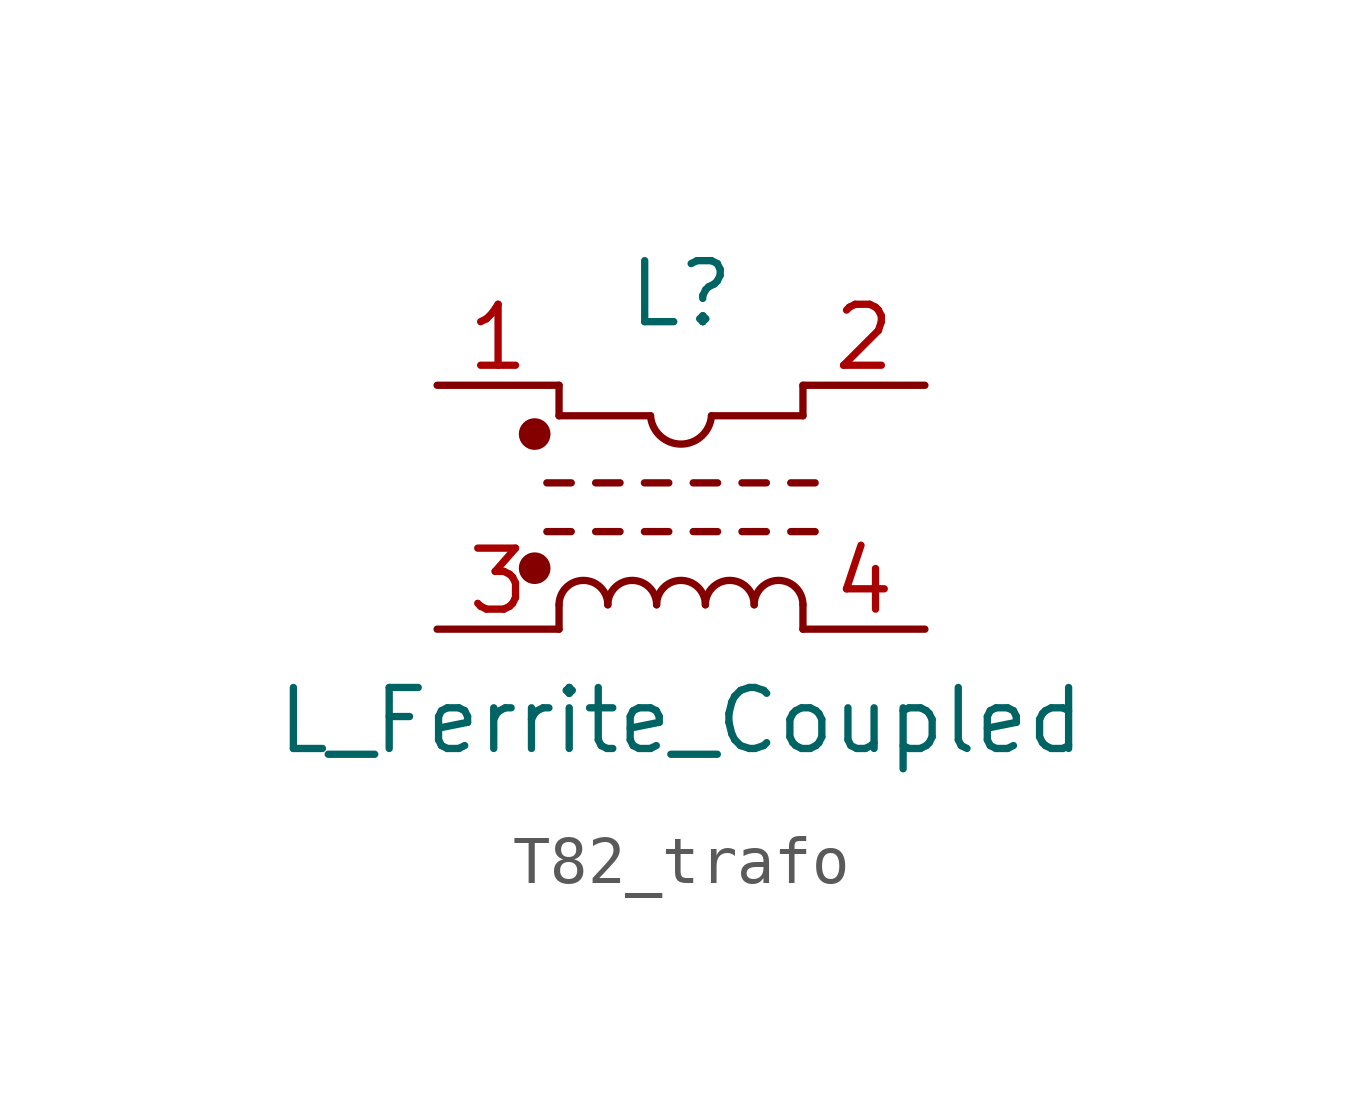
<source format=kicad_sym>
(kicad_symbol_lib
  (version 20220914)
  (generator kicad_symbol_editor)
  (symbol "T82_trafo"
    (pin_names
      (offset 0.254) hide)
    (property "Reference" "L"
      (at 0 4.445 0)
      (effects (font (size 1.27 1.27))))
    (property "Value" "L_Ferrite_Coupled"
      (at 0 -4.445 0)
      (effects (font (size 1.27 1.27))))
    (symbol "T82_trafo_0_1"
      (circle (center -3.048 -1.27) (radius 0.254) (stroke (width 0) (type default)) (fill (type outline)))
      (circle (center -3.048 1.524) (radius 0.254) (stroke (width 0) (type default)) (fill (type outline)))
      (arc (start -1.524 -2.032) (mid -2.032 -1.5262) (end -2.54 -2.032) (stroke (width 0) (type default)) (fill (type none)))
      (arc (start -0.635 1.905) (mid 0 1.3148) (end 0.635 1.905) (stroke (width 0) (type default)) (fill (type none)))
      (arc (start -0.508 -2.032) (mid -1.016 -1.5262) (end -1.524 -2.032) (stroke (width 0) (type default)) (fill (type none)))
      (polyline (pts (xy -2.794 -0.508) (xy -2.286 -0.508)) (stroke (width 0) (type default)) (fill (type none)))
      (polyline (pts (xy -2.794 0.508) (xy -2.286 0.508)) (stroke (width 0) (type default)) (fill (type none)))
      (polyline (pts (xy -2.54 -2.032) (xy -2.54 -2.54)) (stroke (width 0) (type default)) (fill (type none)))
      (polyline (pts (xy -2.54 1.905) (xy -2.54 2.54)) (stroke (width 0) (type default)) (fill (type none)))
      (polyline (pts (xy -2.54 1.905) (xy -0.635 1.905)) (stroke (width 0) (type default)) (fill (type none)))
      (polyline (pts (xy -1.778 -0.508) (xy -1.27 -0.508)) (stroke (width 0) (type default)) (fill (type none)))
      (polyline (pts (xy -1.778 0.508) (xy -1.27 0.508)) (stroke (width 0) (type default)) (fill (type none)))
      (polyline (pts (xy -0.762 -0.508) (xy -0.254 -0.508)) (stroke (width 0) (type default)) (fill (type none)))
      (polyline (pts (xy -0.762 0.508) (xy -0.254 0.508)) (stroke (width 0) (type default)) (fill (type none)))
      (polyline (pts (xy 0.254 -0.508) (xy 0.762 -0.508)) (stroke (width 0) (type default)) (fill (type none)))
      (polyline (pts (xy 0.254 0.508) (xy 0.762 0.508)) (stroke (width 0) (type default)) (fill (type none)))
      (polyline (pts (xy 1.27 -0.508) (xy 1.778 -0.508)) (stroke (width 0) (type default)) (fill (type none)))
      (polyline (pts (xy 1.27 0.508) (xy 1.778 0.508)) (stroke (width 0) (type default)) (fill (type none)))
      (polyline (pts (xy 2.286 -0.508) (xy 2.794 -0.508)) (stroke (width 0) (type default)) (fill (type none)))
      (polyline (pts (xy 2.286 0.508) (xy 2.794 0.508)) (stroke (width 0) (type default)) (fill (type none)))
      (polyline (pts (xy 2.54 -2.032) (xy 2.54 -2.54)) (stroke (width 0) (type default)) (fill (type none)))
      (polyline (pts (xy 2.54 1.905) (xy 0.635 1.905)) (stroke (width 0) (type default)) (fill (type none)))
      (polyline (pts (xy 2.54 2.54) (xy 2.54 1.905)) (stroke (width 0) (type default)) (fill (type none)))
      (arc (start 0.508 -2.032) (mid 0 -1.5262) (end -0.508 -2.032) (stroke (width 0) (type default)) (fill (type none)))
      (arc (start 1.524 -2.032) (mid 1.016 -1.5262) (end 0.508 -2.032) (stroke (width 0) (type default)) (fill (type none)))
      (arc (start 2.54 -2.032) (mid 2.032 -1.5262) (end 1.524 -2.032) (stroke (width 0) (type default)) (fill (type none))))
    (symbol "T82_trafo_1_1"
      (pin passive line (at -5.08 2.54 0) (length 2.54) (name "1" (effects (font (size 1.27 1.27)))) (number "1" (effects (font (size 1.27 1.27)))))
      (pin passive line (at 5.08 2.54 180) (length 2.54) (name "2" (effects (font (size 1.27 1.27)))) (number "2" (effects (font (size 1.27 1.27)))))
      (pin passive line (at -5.08 -2.54 0) (length 2.54) (name "3" (effects (font (size 1.27 1.27)))) (number "3" (effects (font (size 1.27 1.27)))))
      (pin passive line (at 5.08 -2.54 180) (length 2.54) (name "4" (effects (font (size 1.27 1.27)))) (number "4" (effects (font (size 1.27 1.27))))))))
</source>
